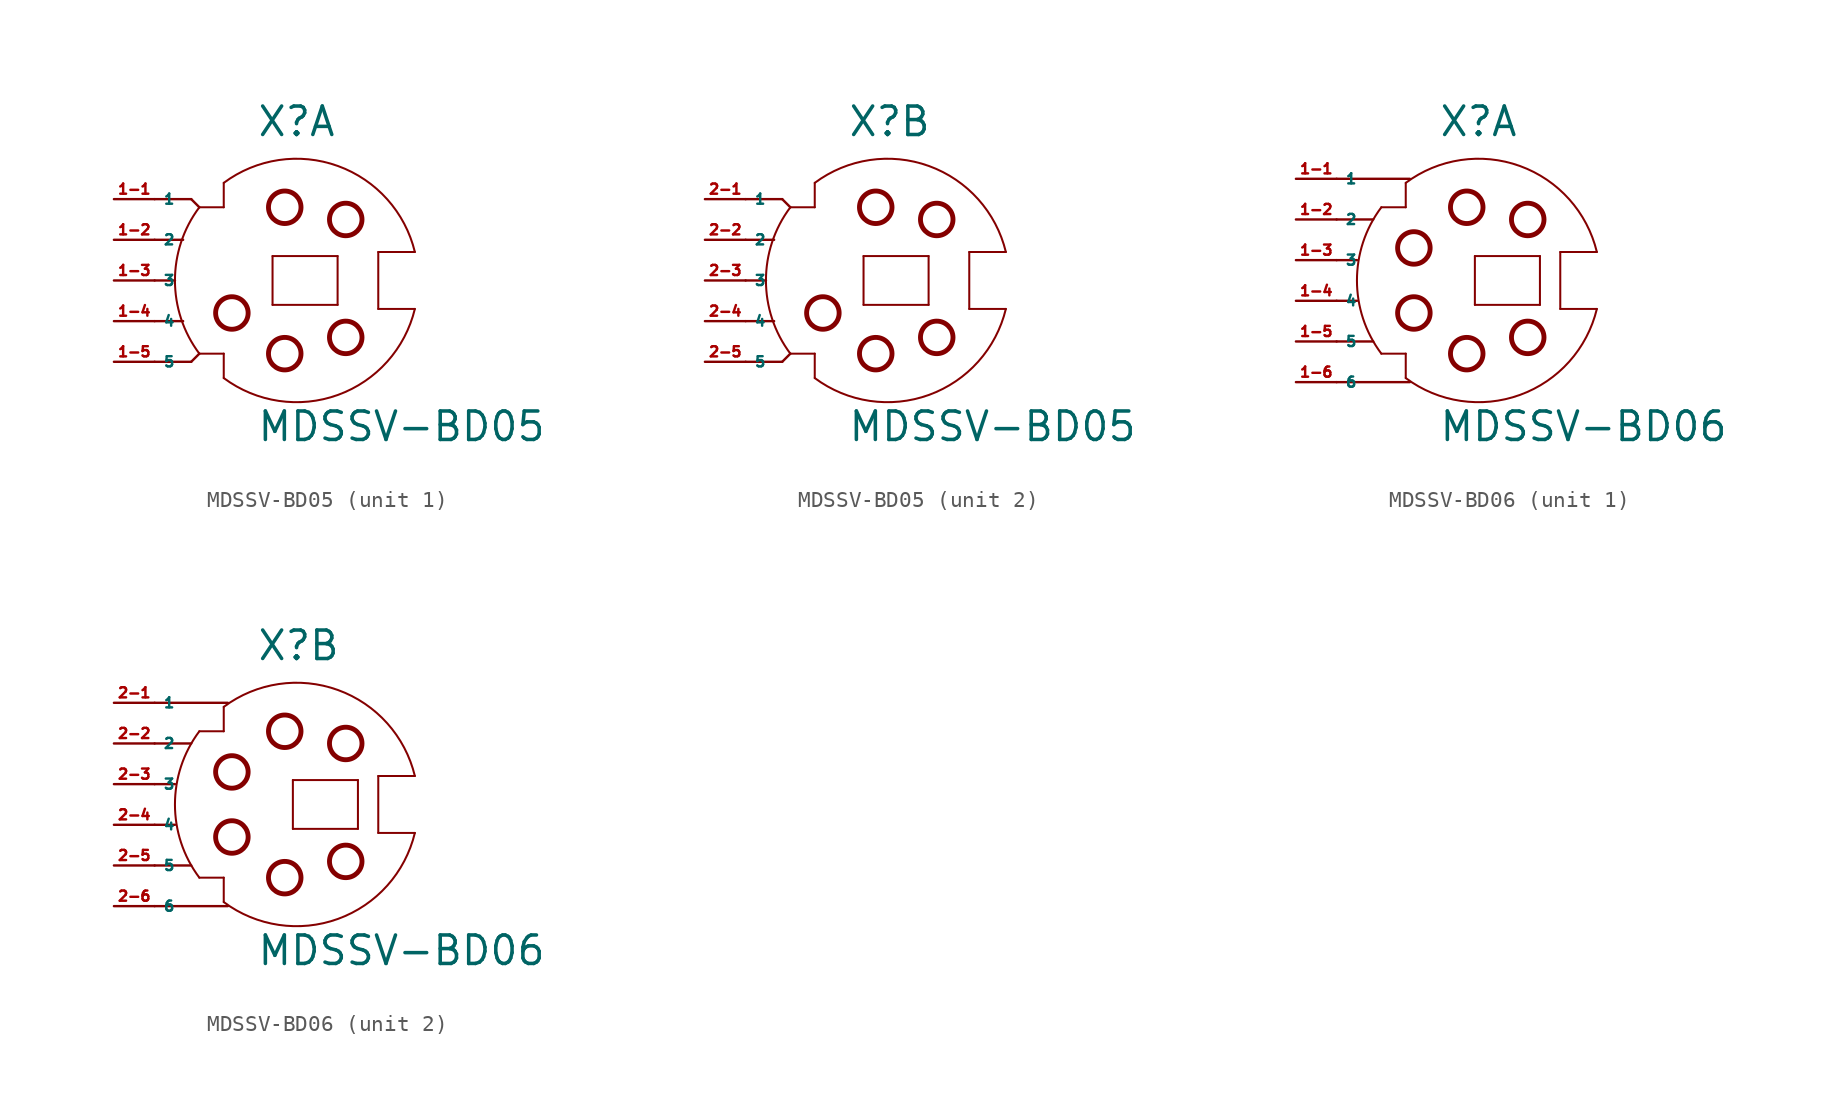
<source format=kicad_sym>
(kicad_symbol_lib
  (version 20220914)
  (generator Eagle2Kicad)
  (symbol "MDSSV-BD05"
    (property "Reference" "X"
      (at -1.27 8.89 0)
      (effects (font (size 1.778 1.778) (thickness 0.22)) (justify left bottom)))
    (property "Value" "MDSSV-BD05"
      (at -1.27 -10.16 0)
      (effects (font (size 1.778 1.778) (thickness 0.22)) (justify left bottom)))
    (symbol "MDSSV-BD05_1_0"
      (polyline (pts (xy 6.35 -1.778) (xy 8.636 -1.778)) (stroke (width 0.127) (type default)) (fill (type none)))
      (polyline (pts (xy 6.35 -1.778) (xy 6.35 1.778)) (stroke (width 0.127) (type default)) (fill (type none)))
      (polyline (pts (xy 6.35 1.778) (xy 8.636 1.778)) (stroke (width 0.127) (type default)) (fill (type none)))
      (polyline (pts (xy -3.302 6.096) (xy -3.302 4.572)) (stroke (width 0.127) (type default)) (fill (type none)))
      (polyline (pts (xy -3.302 4.572) (xy -4.826 4.572)) (stroke (width 0.127) (type default)) (fill (type none)))
      (polyline (pts (xy -4.826 -4.572) (xy -3.302 -4.572)) (stroke (width 0.127) (type default)) (fill (type none)))
      (polyline (pts (xy -3.302 -4.572) (xy -3.302 -6.096)) (stroke (width 0.127) (type default)) (fill (type none)))
      (arc (start -4.826 4.572) (mid -6.350 0.000) (end -4.826 -4.572) (stroke (width 0.127) (type default)) (fill (type none)))
      (arc (start 8.6357 1.778) (mid 3.829 7.150) (end -3.302 6.096) (stroke (width 0.127) (type default)) (fill (type none)))
      (polyline (pts (xy -0.254 -1.524) (xy -0.254 1.524)) (stroke (width 0.127) (type default)) (fill (type none)))
      (polyline (pts (xy -0.254 1.524) (xy 3.81 1.524)) (stroke (width 0.127) (type default)) (fill (type none)))
      (polyline (pts (xy 3.81 1.524) (xy 3.81 -1.524)) (stroke (width 0.127) (type default)) (fill (type none)))
      (polyline (pts (xy 3.81 -1.524) (xy -0.254 -1.524)) (stroke (width 0.127) (type default)) (fill (type none)))
      (polyline (pts (xy -7.62 0) (xy -6.35 0)) (stroke (width 0.152) (type default)) (fill (type none)))
      (polyline (pts (xy -7.62 2.54) (xy -5.842 2.54)) (stroke (width 0.152) (type default)) (fill (type none)))
      (polyline (pts (xy -7.62 -2.54) (xy -5.842 -2.54)) (stroke (width 0.152) (type default)) (fill (type none)))
      (polyline (pts (xy -7.62 5.08) (xy -5.334 5.08)) (stroke (width 0.152) (type default)) (fill (type none)))
      (polyline (pts (xy -5.334 5.08) (xy -4.826 4.572)) (stroke (width 0.152) (type default)) (fill (type none)))
      (polyline (pts (xy -7.62 -5.08) (xy -5.334 -5.08)) (stroke (width 0.152) (type default)) (fill (type none)))
      (polyline (pts (xy -5.334 -5.08) (xy -4.826 -4.572)) (stroke (width 0.152) (type default)) (fill (type none)))
      (arc (start -3.302 -6.096) (mid 3.829 -7.150) (end 8.6357 -1.778) (stroke (width 0.127) (type default)) (fill (type none)))
      (circle (center 0.508 4.572) (radius 1.016) (stroke (width 0.305) (type default)) (fill (type none)))
      (circle (center 4.318 3.81) (radius 1.016) (stroke (width 0.305) (type default)) (fill (type none)))
      (circle (center 0.508 -4.572) (radius 1.016) (stroke (width 0.305) (type default)) (fill (type none)))
      (circle (center 4.318 -3.556) (radius 1.016) (stroke (width 0.305) (type default)) (fill (type none)))
      (circle (center -2.794 -2.032) (radius 1.016) (stroke (width 0.305) (type default)) (fill (type none)))
      (pin passive line (at -10.16 5.08 0) (length 2.54) (name "1" (effects (font (size 0.635 0.635) (thickness 0.08)) (justify left bottom))) (number "1-1" (effects (font (size 0.635 0.635) (thickness 0.08)) (justify left bottom))))
      (pin passive line (at -10.16 2.54 0) (length 2.54) (name "2" (effects (font (size 0.635 0.635) (thickness 0.08)) (justify left bottom))) (number "1-2" (effects (font (size 0.635 0.635) (thickness 0.08)) (justify left bottom))))
      (pin passive line (at -10.16 0 0) (length 2.54) (name "3" (effects (font (size 0.635 0.635) (thickness 0.08)) (justify left bottom))) (number "1-3" (effects (font (size 0.635 0.635) (thickness 0.08)) (justify left bottom))))
      (pin passive line (at -10.16 -2.54 0) (length 2.54) (name "4" (effects (font (size 0.635 0.635) (thickness 0.08)) (justify left bottom))) (number "1-4" (effects (font (size 0.635 0.635) (thickness 0.08)) (justify left bottom))))
      (pin passive line (at -10.16 -5.08 0) (length 2.54) (name "5" (effects (font (size 0.635 0.635) (thickness 0.08)) (justify left bottom))) (number "1-5" (effects (font (size 0.635 0.635) (thickness 0.08)) (justify left bottom)))))
    (symbol "MDSSV-BD05_2_0"
      (polyline (pts (xy 6.35 -1.778) (xy 8.636 -1.778)) (stroke (width 0.127) (type default)) (fill (type none)))
      (polyline (pts (xy 6.35 -1.778) (xy 6.35 1.778)) (stroke (width 0.127) (type default)) (fill (type none)))
      (polyline (pts (xy 6.35 1.778) (xy 8.636 1.778)) (stroke (width 0.127) (type default)) (fill (type none)))
      (polyline (pts (xy -3.302 6.096) (xy -3.302 4.572)) (stroke (width 0.127) (type default)) (fill (type none)))
      (polyline (pts (xy -3.302 4.572) (xy -4.826 4.572)) (stroke (width 0.127) (type default)) (fill (type none)))
      (polyline (pts (xy -4.826 -4.572) (xy -3.302 -4.572)) (stroke (width 0.127) (type default)) (fill (type none)))
      (polyline (pts (xy -3.302 -4.572) (xy -3.302 -6.096)) (stroke (width 0.127) (type default)) (fill (type none)))
      (arc (start -4.826 4.572) (mid -6.350 0.000) (end -4.826 -4.572) (stroke (width 0.127) (type default)) (fill (type none)))
      (arc (start 8.6357 1.778) (mid 3.829 7.150) (end -3.302 6.096) (stroke (width 0.127) (type default)) (fill (type none)))
      (polyline (pts (xy -0.254 -1.524) (xy -0.254 1.524)) (stroke (width 0.127) (type default)) (fill (type none)))
      (polyline (pts (xy -0.254 1.524) (xy 3.81 1.524)) (stroke (width 0.127) (type default)) (fill (type none)))
      (polyline (pts (xy 3.81 1.524) (xy 3.81 -1.524)) (stroke (width 0.127) (type default)) (fill (type none)))
      (polyline (pts (xy 3.81 -1.524) (xy -0.254 -1.524)) (stroke (width 0.127) (type default)) (fill (type none)))
      (polyline (pts (xy -7.62 0) (xy -6.35 0)) (stroke (width 0.152) (type default)) (fill (type none)))
      (polyline (pts (xy -7.62 2.54) (xy -5.842 2.54)) (stroke (width 0.152) (type default)) (fill (type none)))
      (polyline (pts (xy -7.62 -2.54) (xy -5.842 -2.54)) (stroke (width 0.152) (type default)) (fill (type none)))
      (polyline (pts (xy -7.62 5.08) (xy -5.334 5.08)) (stroke (width 0.152) (type default)) (fill (type none)))
      (polyline (pts (xy -5.334 5.08) (xy -4.826 4.572)) (stroke (width 0.152) (type default)) (fill (type none)))
      (polyline (pts (xy -7.62 -5.08) (xy -5.334 -5.08)) (stroke (width 0.152) (type default)) (fill (type none)))
      (polyline (pts (xy -5.334 -5.08) (xy -4.826 -4.572)) (stroke (width 0.152) (type default)) (fill (type none)))
      (arc (start -3.302 -6.096) (mid 3.829 -7.150) (end 8.6357 -1.778) (stroke (width 0.127) (type default)) (fill (type none)))
      (circle (center 0.508 4.572) (radius 1.016) (stroke (width 0.305) (type default)) (fill (type none)))
      (circle (center 4.318 3.81) (radius 1.016) (stroke (width 0.305) (type default)) (fill (type none)))
      (circle (center 0.508 -4.572) (radius 1.016) (stroke (width 0.305) (type default)) (fill (type none)))
      (circle (center 4.318 -3.556) (radius 1.016) (stroke (width 0.305) (type default)) (fill (type none)))
      (circle (center -2.794 -2.032) (radius 1.016) (stroke (width 0.305) (type default)) (fill (type none)))
      (pin passive line (at -10.16 5.08 0) (length 2.54) (name "1" (effects (font (size 0.635 0.635) (thickness 0.08)) (justify left bottom))) (number "2-1" (effects (font (size 0.635 0.635) (thickness 0.08)) (justify left bottom))))
      (pin passive line (at -10.16 2.54 0) (length 2.54) (name "2" (effects (font (size 0.635 0.635) (thickness 0.08)) (justify left bottom))) (number "2-2" (effects (font (size 0.635 0.635) (thickness 0.08)) (justify left bottom))))
      (pin passive line (at -10.16 0 0) (length 2.54) (name "3" (effects (font (size 0.635 0.635) (thickness 0.08)) (justify left bottom))) (number "2-3" (effects (font (size 0.635 0.635) (thickness 0.08)) (justify left bottom))))
      (pin passive line (at -10.16 -2.54 0) (length 2.54) (name "4" (effects (font (size 0.635 0.635) (thickness 0.08)) (justify left bottom))) (number "2-4" (effects (font (size 0.635 0.635) (thickness 0.08)) (justify left bottom))))
      (pin passive line (at -10.16 -5.08 0) (length 2.54) (name "5" (effects (font (size 0.635 0.635) (thickness 0.08)) (justify left bottom))) (number "2-5" (effects (font (size 0.635 0.635) (thickness 0.08)) (justify left bottom))))))
  (symbol "MDSSV-BD06"
    (property "Reference" "X"
      (at -1.27 10.16 0)
      (effects (font (size 1.778 1.778) (thickness 0.22)) (justify left bottom)))
    (property "Value" "MDSSV-BD06"
      (at -1.27 -8.89 0)
      (effects (font (size 1.778 1.778) (thickness 0.22)) (justify left bottom)))
    (symbol "MDSSV-BD06_1_0"
      (polyline (pts (xy 6.35 -0.508) (xy 6.35 3.048)) (stroke (width 0.127) (type default)) (fill (type none)))
      (polyline (pts (xy 6.35 3.048) (xy 8.636 3.048)) (stroke (width 0.127) (type default)) (fill (type none)))
      (polyline (pts (xy -3.302 7.366) (xy -3.302 5.842)) (stroke (width 0.127) (type default)) (fill (type none)))
      (polyline (pts (xy -3.302 5.842) (xy -4.826 5.842)) (stroke (width 0.127) (type default)) (fill (type none)))
      (polyline (pts (xy -4.826 -3.302) (xy -3.302 -3.302)) (stroke (width 0.127) (type default)) (fill (type none)))
      (polyline (pts (xy -3.302 -3.302) (xy -3.302 -4.826)) (stroke (width 0.127) (type default)) (fill (type none)))
      (arc (start -4.826 5.842) (mid -6.350 1.270) (end -4.826 -3.302) (stroke (width 0.127) (type default)) (fill (type none)))
      (arc (start 8.6357 3.048) (mid 3.829 8.420) (end -3.302 7.366) (stroke (width 0.127) (type default)) (fill (type none)))
      (polyline (pts (xy 1.016 -0.254) (xy 1.016 2.794)) (stroke (width 0.127) (type default)) (fill (type none)))
      (polyline (pts (xy 1.016 2.794) (xy 5.08 2.794)) (stroke (width 0.127) (type default)) (fill (type none)))
      (polyline (pts (xy 5.08 2.794) (xy 5.08 -0.254)) (stroke (width 0.127) (type default)) (fill (type none)))
      (polyline (pts (xy 5.08 -0.254) (xy 1.016 -0.254)) (stroke (width 0.127) (type default)) (fill (type none)))
      (polyline (pts (xy -7.62 0) (xy -6.35 0)) (stroke (width 0.152) (type default)) (fill (type none)))
      (polyline (pts (xy -7.62 2.54) (xy -6.35 2.54)) (stroke (width 0.152) (type default)) (fill (type none)))
      (polyline (pts (xy -7.62 -2.54) (xy -5.334 -2.54)) (stroke (width 0.152) (type default)) (fill (type none)))
      (polyline (pts (xy -7.62 5.08) (xy -5.334 5.08)) (stroke (width 0.152) (type default)) (fill (type none)))
      (polyline (pts (xy -7.62 -5.08) (xy -3.048 -5.08)) (stroke (width 0.152) (type default)) (fill (type none)))
      (polyline (pts (xy -7.62 7.62) (xy -3.048 7.62)) (stroke (width 0.152) (type default)) (fill (type none)))
      (polyline (pts (xy 6.35 -0.508) (xy 8.636 -0.508)) (stroke (width 0.127) (type default)) (fill (type none)))
      (arc (start -3.302 -4.826) (mid 3.829 -5.880) (end 8.6357 -0.508) (stroke (width 0.127) (type default)) (fill (type none)))
      (circle (center 0.508 5.842) (radius 1.016) (stroke (width 0.305) (type default)) (fill (type none)))
      (circle (center 4.318 5.08) (radius 1.016) (stroke (width 0.305) (type default)) (fill (type none)))
      (circle (center 0.508 -3.302) (radius 1.016) (stroke (width 0.305) (type default)) (fill (type none)))
      (circle (center 4.318 -2.286) (radius 1.016) (stroke (width 0.305) (type default)) (fill (type none)))
      (circle (center -2.794 3.302) (radius 1.016) (stroke (width 0.305) (type default)) (fill (type none)))
      (circle (center -2.794 -0.762) (radius 1.016) (stroke (width 0.305) (type default)) (fill (type none)))
      (pin passive line (at -10.16 7.62 0) (length 2.54) (name "1" (effects (font (size 0.635 0.635) (thickness 0.08)) (justify left bottom))) (number "1-1" (effects (font (size 0.635 0.635) (thickness 0.08)) (justify left bottom))))
      (pin passive line (at -10.16 5.08 0) (length 2.54) (name "2" (effects (font (size 0.635 0.635) (thickness 0.08)) (justify left bottom))) (number "1-2" (effects (font (size 0.635 0.635) (thickness 0.08)) (justify left bottom))))
      (pin passive line (at -10.16 2.54 0) (length 2.54) (name "3" (effects (font (size 0.635 0.635) (thickness 0.08)) (justify left bottom))) (number "1-3" (effects (font (size 0.635 0.635) (thickness 0.08)) (justify left bottom))))
      (pin passive line (at -10.16 0 0) (length 2.54) (name "4" (effects (font (size 0.635 0.635) (thickness 0.08)) (justify left bottom))) (number "1-4" (effects (font (size 0.635 0.635) (thickness 0.08)) (justify left bottom))))
      (pin passive line (at -10.16 -2.54 0) (length 2.54) (name "5" (effects (font (size 0.635 0.635) (thickness 0.08)) (justify left bottom))) (number "1-5" (effects (font (size 0.635 0.635) (thickness 0.08)) (justify left bottom))))
      (pin passive line (at -10.16 -5.08 0) (length 2.54) (name "6" (effects (font (size 0.635 0.635) (thickness 0.08)) (justify left bottom))) (number "1-6" (effects (font (size 0.635 0.635) (thickness 0.08)) (justify left bottom)))))
    (symbol "MDSSV-BD06_2_0"
      (polyline (pts (xy 6.35 -0.508) (xy 6.35 3.048)) (stroke (width 0.127) (type default)) (fill (type none)))
      (polyline (pts (xy 6.35 3.048) (xy 8.636 3.048)) (stroke (width 0.127) (type default)) (fill (type none)))
      (polyline (pts (xy -3.302 7.366) (xy -3.302 5.842)) (stroke (width 0.127) (type default)) (fill (type none)))
      (polyline (pts (xy -3.302 5.842) (xy -4.826 5.842)) (stroke (width 0.127) (type default)) (fill (type none)))
      (polyline (pts (xy -4.826 -3.302) (xy -3.302 -3.302)) (stroke (width 0.127) (type default)) (fill (type none)))
      (polyline (pts (xy -3.302 -3.302) (xy -3.302 -4.826)) (stroke (width 0.127) (type default)) (fill (type none)))
      (arc (start -4.826 5.842) (mid -6.350 1.270) (end -4.826 -3.302) (stroke (width 0.127) (type default)) (fill (type none)))
      (arc (start 8.6357 3.048) (mid 3.829 8.420) (end -3.302 7.366) (stroke (width 0.127) (type default)) (fill (type none)))
      (polyline (pts (xy 1.016 -0.254) (xy 1.016 2.794)) (stroke (width 0.127) (type default)) (fill (type none)))
      (polyline (pts (xy 1.016 2.794) (xy 5.08 2.794)) (stroke (width 0.127) (type default)) (fill (type none)))
      (polyline (pts (xy 5.08 2.794) (xy 5.08 -0.254)) (stroke (width 0.127) (type default)) (fill (type none)))
      (polyline (pts (xy 5.08 -0.254) (xy 1.016 -0.254)) (stroke (width 0.127) (type default)) (fill (type none)))
      (polyline (pts (xy -7.62 0) (xy -6.35 0)) (stroke (width 0.152) (type default)) (fill (type none)))
      (polyline (pts (xy -7.62 2.54) (xy -6.35 2.54)) (stroke (width 0.152) (type default)) (fill (type none)))
      (polyline (pts (xy -7.62 -2.54) (xy -5.334 -2.54)) (stroke (width 0.152) (type default)) (fill (type none)))
      (polyline (pts (xy -7.62 5.08) (xy -5.334 5.08)) (stroke (width 0.152) (type default)) (fill (type none)))
      (polyline (pts (xy -7.62 -5.08) (xy -3.048 -5.08)) (stroke (width 0.152) (type default)) (fill (type none)))
      (polyline (pts (xy -7.62 7.62) (xy -3.048 7.62)) (stroke (width 0.152) (type default)) (fill (type none)))
      (polyline (pts (xy 6.35 -0.508) (xy 8.636 -0.508)) (stroke (width 0.127) (type default)) (fill (type none)))
      (arc (start -3.302 -4.826) (mid 3.829 -5.880) (end 8.6357 -0.508) (stroke (width 0.127) (type default)) (fill (type none)))
      (circle (center 0.508 5.842) (radius 1.016) (stroke (width 0.305) (type default)) (fill (type none)))
      (circle (center 4.318 5.08) (radius 1.016) (stroke (width 0.305) (type default)) (fill (type none)))
      (circle (center 0.508 -3.302) (radius 1.016) (stroke (width 0.305) (type default)) (fill (type none)))
      (circle (center 4.318 -2.286) (radius 1.016) (stroke (width 0.305) (type default)) (fill (type none)))
      (circle (center -2.794 3.302) (radius 1.016) (stroke (width 0.305) (type default)) (fill (type none)))
      (circle (center -2.794 -0.762) (radius 1.016) (stroke (width 0.305) (type default)) (fill (type none)))
      (pin passive line (at -10.16 7.62 0) (length 2.54) (name "1" (effects (font (size 0.635 0.635) (thickness 0.08)) (justify left bottom))) (number "2-1" (effects (font (size 0.635 0.635) (thickness 0.08)) (justify left bottom))))
      (pin passive line (at -10.16 5.08 0) (length 2.54) (name "2" (effects (font (size 0.635 0.635) (thickness 0.08)) (justify left bottom))) (number "2-2" (effects (font (size 0.635 0.635) (thickness 0.08)) (justify left bottom))))
      (pin passive line (at -10.16 2.54 0) (length 2.54) (name "3" (effects (font (size 0.635 0.635) (thickness 0.08)) (justify left bottom))) (number "2-3" (effects (font (size 0.635 0.635) (thickness 0.08)) (justify left bottom))))
      (pin passive line (at -10.16 0 0) (length 2.54) (name "4" (effects (font (size 0.635 0.635) (thickness 0.08)) (justify left bottom))) (number "2-4" (effects (font (size 0.635 0.635) (thickness 0.08)) (justify left bottom))))
      (pin passive line (at -10.16 -2.54 0) (length 2.54) (name "5" (effects (font (size 0.635 0.635) (thickness 0.08)) (justify left bottom))) (number "2-5" (effects (font (size 0.635 0.635) (thickness 0.08)) (justify left bottom))))
      (pin passive line (at -10.16 -5.08 0) (length 2.54) (name "6" (effects (font (size 0.635 0.635) (thickness 0.08)) (justify left bottom))) (number "2-6" (effects (font (size 0.635 0.635) (thickness 0.08)) (justify left bottom)))))))
</source>
